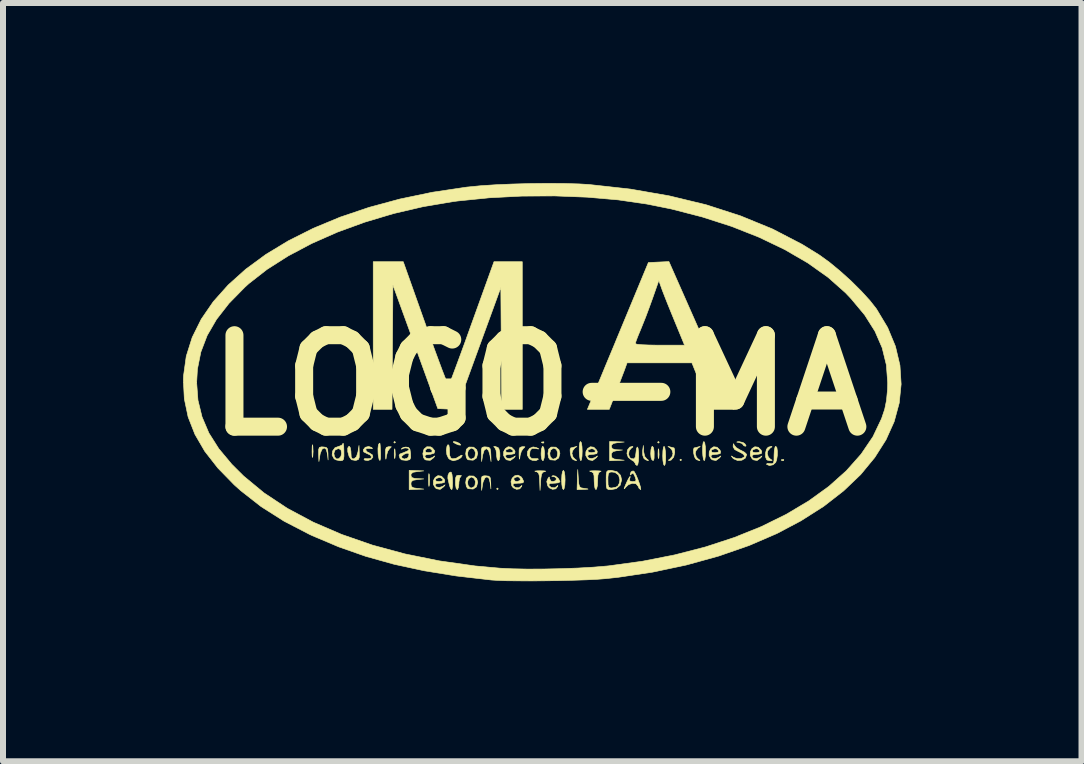
<source format=kicad_pcb>
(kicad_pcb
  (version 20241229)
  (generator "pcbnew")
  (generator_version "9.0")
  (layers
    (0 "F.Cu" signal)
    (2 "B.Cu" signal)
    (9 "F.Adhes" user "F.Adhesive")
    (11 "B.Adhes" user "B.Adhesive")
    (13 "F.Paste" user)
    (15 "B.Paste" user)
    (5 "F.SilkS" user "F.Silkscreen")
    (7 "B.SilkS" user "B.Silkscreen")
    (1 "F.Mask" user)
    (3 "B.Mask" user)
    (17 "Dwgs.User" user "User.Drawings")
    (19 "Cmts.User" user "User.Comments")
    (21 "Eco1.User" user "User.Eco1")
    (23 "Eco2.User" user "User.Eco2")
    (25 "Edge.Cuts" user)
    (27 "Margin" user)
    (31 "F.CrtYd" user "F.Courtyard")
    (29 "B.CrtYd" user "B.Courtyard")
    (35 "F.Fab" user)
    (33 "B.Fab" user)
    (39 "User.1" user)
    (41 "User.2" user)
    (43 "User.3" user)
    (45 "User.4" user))
  (footprint "LOGO-MA"
    (layer "F.Cu")
    (at 5.936 3.369)
    (property "Reference" "LOGO-MA" (at 0 0 0) (layer "F.SilkS") (effects (font (size 1.524 1.524) (thickness 0.3))))
    (attr through_hole)
    (fp_poly (pts (xy -2.397 0.949) (xy -2.412 0.963) (xy -2.426 0.949) (xy -2.412 0.936) (xy -2.397 0.949)) (stroke (width 0.01) (type solid)) (fill yes) (layer "F.SilkS"))
    (fp_poly (pts (xy -0.685 1.725) (xy -0.699 1.738) (xy -0.713 1.725) (xy -0.699 1.711) (xy -0.685 1.725)) (stroke (width 0.01) (type solid)) (fill yes) (layer "F.SilkS"))
    (fp_poly (pts (xy 1.998 0.949) (xy 1.983 0.963) (xy 1.969 0.949) (xy 1.983 0.936) (xy 1.998 0.949)) (stroke (width 0.01) (type solid)) (fill yes) (layer "F.SilkS"))
    (fp_poly (pts (xy 2.369 1.243) (xy 2.354 1.257) (xy 2.34 1.243) (xy 2.354 1.23) (xy 2.369 1.243)) (stroke (width 0.01) (type solid)) (fill yes) (layer "F.SilkS"))
    (fp_poly (pts (xy 0.076 0.945) (xy 0.072 0.961) (xy 0.057 0.963) (xy 0.034 0.953) (xy 0.038 0.945) (xy 0.072 0.942) (xy 0.076 0.945)) (stroke (width 0.01) (type solid)) (fill yes) (layer "F.SilkS"))
    (fp_poly (pts (xy 4.072 1.239) (xy 4.068 1.255) (xy 4.053 1.257) (xy 4.029 1.247) (xy 4.034 1.239) (xy 4.067 1.236) (xy 4.072 1.239)) (stroke (width 0.01) (type solid)) (fill yes) (layer "F.SilkS"))
    (fp_poly (pts (xy -2.405 1.077) (xy -2.401 1.156) (xy -2.406 1.21) (xy -2.412 1.221) (xy -2.417 1.186) (xy -2.418 1.136) (xy -2.416 1.076) (xy -2.41 1.058) (xy -2.405 1.077)) (stroke (width 0.01) (type solid)) (fill yes) (layer "F.SilkS"))
    (fp_poly (pts (xy 1.99 1.077) (xy 1.994 1.156) (xy 1.989 1.21) (xy 1.983 1.221) (xy 1.978 1.186) (xy 1.977 1.136) (xy 1.98 1.076) (xy 1.985 1.058) (xy 1.99 1.077)) (stroke (width 0.01) (type solid)) (fill yes) (layer "F.SilkS"))
    (fp_poly (pts (xy -1.378 0.946) (xy -1.332 0.968) (xy -1.311 0.99) (xy -1.314 0.997) (xy -1.346 0.993) (xy -1.398 0.972) (xy -1.436 0.947) (xy -1.429 0.937) (xy -1.427 0.937) (xy -1.378 0.946)) (stroke (width 0.01) (type solid)) (fill yes) (layer "F.SilkS"))
    (fp_poly (pts (xy -3.776 1.004) (xy -3.775 1.009) (xy -3.77 1.103) (xy -3.775 1.183) (xy -3.781 1.203) (xy -3.785 1.176) (xy -3.787 1.107) (xy -3.787 1.096) (xy -3.785 1.023) (xy -3.781 0.99) (xy -3.776 1.004)) (stroke (width 0.01) (type solid)) (fill yes) (layer "F.SilkS"))
    (fp_poly (pts (xy -1.835 1.485) (xy -1.834 1.491) (xy -1.83 1.584) (xy -1.834 1.664) (xy -1.84 1.685) (xy -1.844 1.657) (xy -1.846 1.588) (xy -1.846 1.577) (xy -1.844 1.504) (xy -1.841 1.471) (xy -1.835 1.485)) (stroke (width 0.01) (type solid)) (fill yes) (layer "F.SilkS"))
    (fp_poly (pts (xy 1.736 1.102) (xy 1.755 1.186) (xy 1.791 1.228) (xy 1.818 1.249) (xy 1.809 1.256) (xy 1.765 1.238) (xy 1.742 1.218) (xy 1.722 1.166) (xy 1.72 1.094) (xy 1.72 1.091) (xy 1.732 1.003) (xy 1.736 1.102)) (stroke (width 0.01) (type solid)) (fill yes) (layer "F.SilkS"))
    (fp_poly (pts (xy 3.394 0.954) (xy 3.425 0.976) (xy 3.444 1.009) (xy 3.428 1.016) (xy 3.398 0.999) (xy 3.396 0.991) (xy 3.372 0.967) (xy 3.332 0.955) (xy 3.288 0.946) (xy 3.299 0.941) (xy 3.328 0.939) (xy 3.394 0.954)) (stroke (width 0.01) (type solid)) (fill yes) (layer "F.SilkS"))
    (fp_poly (pts (xy 0.074 1.04) (xy 0.084 1.1) (xy 0.086 1.136) (xy 0.08 1.208) (xy 0.066 1.251) (xy 0.057 1.257) (xy 0.04 1.233) (xy 0.03 1.172) (xy 0.029 1.136) (xy 0.034 1.065) (xy 0.049 1.022) (xy 0.057 1.016) (xy 0.074 1.04)) (stroke (width 0.01) (type solid)) (fill yes) (layer "F.SilkS"))
    (fp_poly (pts (xy 0.415 1.441) (xy 0.425 1.505) (xy 0.428 1.577) (xy 0.424 1.663) (xy 0.412 1.721) (xy 0.4 1.738) (xy 0.384 1.714) (xy 0.374 1.65) (xy 0.371 1.577) (xy 0.375 1.492) (xy 0.387 1.434) (xy 0.4 1.417) (xy 0.415 1.441)) (stroke (width 0.01) (type solid)) (fill yes) (layer "F.SilkS"))
    (fp_poly (pts (xy 0.701 0.96) (xy 0.71 1.023) (xy 0.713 1.096) (xy 0.71 1.181) (xy 0.701 1.239) (xy 0.691 1.257) (xy 0.678 1.232) (xy 0.668 1.169) (xy 0.664 1.096) (xy 0.665 1.012) (xy 0.674 0.954) (xy 0.686 0.936) (xy 0.701 0.96)) (stroke (width 0.01) (type solid)) (fill yes) (layer "F.SilkS"))
    (fp_poly (pts (xy 1.901 1.04) (xy 1.911 1.1) (xy 1.912 1.136) (xy 1.911 1.215) (xy 1.903 1.25) (xy 1.887 1.25) (xy 1.874 1.239) (xy 1.86 1.201) (xy 1.855 1.14) (xy 1.859 1.075) (xy 1.871 1.027) (xy 1.884 1.016) (xy 1.901 1.04)) (stroke (width 0.01) (type solid)) (fill yes) (layer "F.SilkS"))
    (fp_poly (pts (xy 2.09 1.04) (xy 2.1 1.103) (xy 2.104 1.176) (xy 2.103 1.261) (xy 2.094 1.319) (xy 2.082 1.337) (xy 2.068 1.313) (xy 2.058 1.249) (xy 2.055 1.176) (xy 2.058 1.092) (xy 2.067 1.034) (xy 2.077 1.016) (xy 2.09 1.04)) (stroke (width 0.01) (type solid)) (fill yes) (layer "F.SilkS"))
    (fp_poly (pts (xy 2.755 0.96) (xy 2.765 1.023) (xy 2.768 1.096) (xy 2.765 1.181) (xy 2.756 1.239) (xy 2.746 1.257) (xy 2.733 1.232) (xy 2.723 1.169) (xy 2.719 1.096) (xy 2.72 1.012) (xy 2.729 0.954) (xy 2.741 0.936) (xy 2.755 0.96)) (stroke (width 0.01) (type solid)) (fill yes) (layer "F.SilkS"))
    (fp_poly (pts (xy -2.656 0.968) (xy -2.652 1.001) (xy -2.648 1.073) (xy -2.645 1.13) (xy -2.646 1.217) (xy -2.656 1.253) (xy -2.67 1.237) (xy -2.684 1.168) (xy -2.687 1.134) (xy -2.689 1.054) (xy -2.682 0.994) (xy -2.676 0.981) (xy -2.664 0.964) (xy -2.656 0.968)) (stroke (width 0.01) (type solid)) (fill yes) (layer "F.SilkS"))
    (fp_poly (pts (xy 0.649 1.556) (xy 0.656 1.642) (xy 0.67 1.689) (xy 0.697 1.709) (xy 0.748 1.718) (xy 0.751 1.719) (xy 0.806 1.726) (xy 0.81 1.73) (xy 0.76 1.733) (xy 0.735 1.734) (xy 0.628 1.738) (xy 0.633 1.571) (xy 0.639 1.404) (xy 0.649 1.556)) (stroke (width 0.01) (type solid)) (fill yes) (layer "F.SilkS"))
    (fp_poly (pts (xy -2.467 1.024) (xy -2.479 1.041) (xy -2.492 1.051) (xy -2.526 1.098) (xy -2.547 1.17) (xy -2.548 1.176) (xy -2.555 1.226) (xy -2.559 1.23) (xy -2.563 1.183) (xy -2.564 1.149) (xy -2.563 1.073) (xy -2.55 1.036) (xy -2.517 1.024) (xy -2.508 1.023) (xy -2.467 1.024)) (stroke (width 0.01) (type solid)) (fill yes) (layer "F.SilkS"))
    (fp_poly (pts (xy -1.469 1.449) (xy -1.456 1.484) (xy -1.449 1.548) (xy -1.446 1.623) (xy -1.448 1.691) (xy -1.456 1.733) (xy -1.462 1.738) (xy -1.482 1.715) (xy -1.499 1.664) (xy -1.515 1.593) (xy -1.525 1.547) (xy -1.522 1.498) (xy -1.502 1.457) (xy -1.476 1.445) (xy -1.469 1.449)) (stroke (width 0.01) (type solid)) (fill yes) (layer "F.SilkS"))
    (fp_poly (pts (xy -0.688 1.038) (xy -0.674 1.058) (xy -0.659 1.12) (xy -0.658 1.187) (xy -0.668 1.239) (xy -0.685 1.257) (xy -0.703 1.233) (xy -0.713 1.174) (xy -0.713 1.152) (xy -0.722 1.081) (xy -0.743 1.038) (xy -0.749 1.034) (xy -0.761 1.022) (xy -0.738 1.018) (xy -0.688 1.038)) (stroke (width 0.01) (type solid)) (fill yes) (layer "F.SilkS"))
    (fp_poly (pts (xy -0.241 1.024) (xy -0.253 1.041) (xy -0.266 1.051) (xy -0.3 1.098) (xy -0.321 1.17) (xy -0.322 1.176) (xy -0.329 1.226) (xy -0.333 1.23) (xy -0.337 1.183) (xy -0.338 1.149) (xy -0.337 1.073) (xy -0.324 1.036) (xy -0.291 1.024) (xy -0.282 1.023) (xy -0.241 1.024)) (stroke (width 0.01) (type solid)) (fill yes) (layer "F.SilkS"))
    (fp_poly (pts (xy -1.334 1.499) (xy -1.298 1.506) (xy -1.306 1.515) (xy -1.329 1.548) (xy -1.341 1.615) (xy -1.341 1.633) (xy -1.348 1.699) (xy -1.364 1.736) (xy -1.37 1.738) (xy -1.387 1.714) (xy -1.397 1.654) (xy -1.398 1.618) (xy -1.395 1.543) (xy -1.381 1.508) (xy -1.347 1.499) (xy -1.334 1.499)) (stroke (width 0.01) (type solid)) (fill yes) (layer "F.SilkS"))
    (fp_poly (pts (xy 0.082 1.426) (xy 0.107 1.431) (xy 0.094 1.436) (xy 0.057 1.449) (xy 0.036 1.483) (xy 0.025 1.549) (xy 0.021 1.599) (xy 0.011 1.751) (xy 0.005 1.599) (xy -0.000316 1.512) (xy -0.013 1.464) (xy -0.04 1.442) (xy -0.064 1.436) (xy -0.076 1.43) (xy -0.039 1.425) (xy 0.014 1.424) (xy 0.082 1.426)) (stroke (width 0.01) (type solid)) (fill yes) (layer "F.SilkS"))
    (fp_poly (pts (xy 2.158 1.021) (xy 2.178 1.027) (xy 2.228 1.04) (xy 2.243 1.043) (xy 2.251 1.066) (xy 2.255 1.118) (xy 2.238 1.195) (xy 2.195 1.245) (xy 2.156 1.256) (xy 2.152 1.245) (xy 2.176 1.228) (xy 2.215 1.182) (xy 2.226 1.136) (xy 2.207 1.074) (xy 2.176 1.042) (xy 2.142 1.02) (xy 2.158 1.021)) (stroke (width 0.01) (type solid)) (fill yes) (layer "F.SilkS"))
    (fp_poly (pts (xy 3.876 1.024) (xy 3.846 1.045) (xy 3.806 1.091) (xy 3.796 1.136) (xy 3.815 1.197) (xy 3.846 1.228) (xy 3.878 1.249) (xy 3.86 1.256) (xy 3.85 1.256) (xy 3.799 1.247) (xy 3.786 1.239) (xy 3.768 1.193) (xy 3.768 1.127) (xy 3.784 1.065) (xy 3.812 1.032) (xy 3.866 1.017) (xy 3.876 1.024)) (stroke (width 0.01) (type solid)) (fill yes) (layer "F.SilkS"))
    (fp_poly (pts (xy -3.603 1.027) (xy -3.552 1.034) (xy -3.529 1.061) (xy -3.523 1.123) (xy -3.522 1.136) (xy -3.52 1.243) (xy -3.531 1.141) (xy -3.551 1.068) (xy -3.584 1.043) (xy -3.619 1.063) (xy -3.649 1.129) (xy -3.656 1.163) (xy -3.673 1.27) (xy -3.678 1.147) (xy -3.678 1.072) (xy -3.666 1.037) (xy -3.634 1.026) (xy -3.603 1.027)) (stroke (width 0.01) (type solid)) (fill yes) (layer "F.SilkS"))
    (fp_poly (pts (xy -0.892 1.508) (xy -0.841 1.515) (xy -0.818 1.542) (xy -0.811 1.605) (xy -0.811 1.618) (xy -0.808 1.725) (xy -0.82 1.623) (xy -0.84 1.549) (xy -0.873 1.524) (xy -0.908 1.545) (xy -0.938 1.61) (xy -0.945 1.645) (xy -0.962 1.751) (xy -0.966 1.628) (xy -0.966 1.553) (xy -0.955 1.518) (xy -0.922 1.508) (xy -0.892 1.508)) (stroke (width 0.01) (type solid)) (fill yes) (layer "F.SilkS"))
    (fp_poly (pts (xy -0.892 1.027) (xy -0.843 1.033) (xy -0.82 1.057) (xy -0.811 1.114) (xy -0.809 1.15) (xy -0.805 1.27) (xy -0.824 1.163) (xy -0.847 1.085) (xy -0.882 1.056) (xy -0.885 1.056) (xy -0.92 1.082) (xy -0.944 1.158) (xy -0.945 1.163) (xy -0.962 1.27) (xy -0.966 1.147) (xy -0.966 1.072) (xy -0.955 1.037) (xy -0.922 1.026) (xy -0.892 1.027)) (stroke (width 0.01) (type solid)) (fill yes) (layer "F.SilkS"))
    (fp_poly (pts (xy 0.612 1.03) (xy 0.592 1.042) (xy 0.553 1.091) (xy 0.542 1.136) (xy 0.561 1.197) (xy 0.592 1.228) (xy 0.62 1.249) (xy 0.612 1.256) (xy 0.568 1.24) (xy 0.548 1.225) (xy 0.528 1.187) (xy 0.515 1.129) (xy 0.512 1.074) (xy 0.522 1.044) (xy 0.526 1.043) (xy 0.559 1.036) (xy 0.59 1.027) (xy 0.626 1.018) (xy 0.612 1.03)) (stroke (width 0.01) (type solid)) (fill yes) (layer "F.SilkS"))
    (fp_poly (pts (xy 2.667 1.03) (xy 2.647 1.042) (xy 2.608 1.091) (xy 2.597 1.136) (xy 2.616 1.197) (xy 2.647 1.228) (xy 2.675 1.249) (xy 2.667 1.256) (xy 2.622 1.24) (xy 2.603 1.225) (xy 2.583 1.187) (xy 2.57 1.129) (xy 2.567 1.074) (xy 2.577 1.044) (xy 2.58 1.043) (xy 2.614 1.036) (xy 2.645 1.027) (xy 2.68 1.018) (xy 2.667 1.03)) (stroke (width 0.01) (type solid)) (fill yes) (layer "F.SilkS"))
    (fp_poly (pts (xy 3.957 1.039) (xy 3.965 1.097) (xy 3.964 1.17) (xy 3.953 1.242) (xy 3.937 1.285) (xy 3.893 1.324) (xy 3.834 1.337) (xy 3.788 1.319) (xy 3.784 1.314) (xy 3.796 1.301) (xy 3.839 1.304) (xy 3.879 1.308) (xy 3.9 1.294) (xy 3.909 1.249) (xy 3.91 1.166) (xy 3.914 1.085) (xy 3.926 1.03) (xy 3.938 1.016) (xy 3.957 1.039)) (stroke (width 0.01) (type solid)) (fill yes) (layer "F.SilkS"))
    (fp_poly (pts (xy -0.049 1.038) (xy -0.009 1.059) (xy -0.018 1.061) (xy -0.063 1.053) (xy -0.122 1.05) (xy -0.15 1.08) (xy -0.158 1.105) (xy -0.164 1.182) (xy -0.129 1.221) (xy -0.069 1.223) (xy -0.024 1.222) (xy -0.017 1.234) (xy -0.059 1.255) (xy -0.121 1.249) (xy -0.166 1.225) (xy -0.201 1.164) (xy -0.197 1.101) (xy -0.162 1.051) (xy -0.105 1.027) (xy -0.049 1.038)) (stroke (width 0.01) (type solid)) (fill yes) (layer "F.SilkS"))
    (fp_poly (pts (xy -1.508 0.997) (xy -1.499 1.05) (xy -1.498 1.09) (xy -1.494 1.17) (xy -1.476 1.211) (xy -1.446 1.225) (xy -1.387 1.216) (xy -1.339 1.188) (xy -1.299 1.164) (xy -1.284 1.171) (xy -1.308 1.207) (xy -1.364 1.24) (xy -1.429 1.256) (xy -1.436 1.257) (xy -1.487 1.238) (xy -1.514 1.215) (xy -1.541 1.157) (xy -1.55 1.081) (xy -1.539 1.014) (xy -1.524 0.99) (xy -1.508 0.997)) (stroke (width 0.01) (type solid)) (fill yes) (layer "F.SilkS"))
    (fp_poly (pts (xy 0.998 1.426) (xy 1.028 1.431) (xy 1.02 1.435) (xy 0.99 1.454) (xy 0.975 1.499) (xy 0.97 1.584) (xy 0.97 1.593) (xy 0.966 1.673) (xy 0.953 1.725) (xy 0.942 1.738) (xy 0.926 1.714) (xy 0.916 1.651) (xy 0.913 1.593) (xy 0.911 1.508) (xy 0.899 1.462) (xy 0.872 1.442) (xy 0.849 1.436) (xy 0.837 1.429) (xy 0.875 1.425) (xy 0.928 1.424) (xy 0.998 1.426)) (stroke (width 0.01) (type solid)) (fill yes) (layer "F.SilkS"))
    (fp_poly (pts (xy -3.001 1.124) (xy -3.001 1.199) (xy -3.014 1.235) (xy -3.049 1.249) (xy -3.069 1.251) (xy -3.131 1.24) (xy -3.169 1.188) (xy -3.192 1.108) (xy -3.193 1.046) (xy -3.174 1.017) (xy -3.168 1.016) (xy -3.15 1.04) (xy -3.14 1.099) (xy -3.139 1.125) (xy -3.135 1.195) (xy -3.118 1.224) (xy -3.089 1.225) (xy -3.048 1.192) (xy -3.022 1.11) (xy -3.022 1.109) (xy -3.005 1.003) (xy -3.001 1.124)) (stroke (width 0.01) (type solid)) (fill yes) (layer "F.SilkS"))
    (fp_poly (pts (xy -2.048 1.422) (xy -1.926 1.426) (xy -2.033 1.437) (xy -2.107 1.45) (xy -2.137 1.478) (xy -2.14 1.499) (xy -2.128 1.535) (xy -2.082 1.551) (xy -2.033 1.555) (xy -1.926 1.56) (xy -2.033 1.57) (xy -2.105 1.583) (xy -2.135 1.608) (xy -2.14 1.644) (xy -2.131 1.688) (xy -2.094 1.709) (xy -2.033 1.718) (xy -1.926 1.729) (xy -2.048 1.733) (xy -2.169 1.738) (xy -2.169 1.417) (xy -2.048 1.422)) (stroke (width 0.01) (type solid)) (fill yes) (layer "F.SilkS"))
    (fp_poly (pts (xy 1.291 0.94) (xy 1.413 0.945) (xy 1.306 0.955) (xy 1.232 0.969) (xy 1.202 0.997) (xy 1.199 1.018) (xy 1.213 1.056) (xy 1.265 1.072) (xy 1.291 1.074) (xy 1.384 1.078) (xy 1.291 1.089) (xy 1.226 1.104) (xy 1.201 1.137) (xy 1.199 1.163) (xy 1.208 1.206) (xy 1.245 1.228) (xy 1.306 1.237) (xy 1.413 1.248) (xy 1.291 1.252) (xy 1.17 1.257) (xy 1.17 0.936) (xy 1.291 0.94)) (stroke (width 0.01) (type solid)) (fill yes) (layer "F.SilkS"))
    (fp_poly (pts (xy -2.79 1.038) (xy -2.79 1.039) (xy -2.782 1.057) (xy -2.818 1.052) (xy -2.877 1.052) (xy -2.895 1.076) (xy -2.868 1.11) (xy -2.839 1.123) (xy -2.782 1.16) (xy -2.774 1.197) (xy -2.804 1.234) (xy -2.857 1.253) (xy -2.908 1.247) (xy -2.922 1.235) (xy -2.911 1.221) (xy -2.867 1.224) (xy -2.812 1.22) (xy -2.796 1.194) (xy -2.818 1.161) (xy -2.87 1.138) (xy -2.927 1.109) (xy -2.934 1.076) (xy -2.901 1.033) (xy -2.844 1.019) (xy -2.79 1.038)) (stroke (width 0.01) (type solid)) (fill yes) (layer "F.SilkS"))
    (fp_poly (pts (xy 1.559 1.028) (xy 1.534 1.045) (xy 1.496 1.089) (xy 1.486 1.149) (xy 1.503 1.202) (xy 1.528 1.221) (xy 1.575 1.226) (xy 1.6 1.195) (xy 1.609 1.126) (xy 1.618 1.053) (xy 1.631 1.028) (xy 1.644 1.048) (xy 1.653 1.11) (xy 1.655 1.172) (xy 1.651 1.259) (xy 1.64 1.319) (xy 1.627 1.337) (xy 1.6 1.316) (xy 1.598 1.303) (xy 1.575 1.268) (xy 1.534 1.243) (xy 1.48 1.199) (xy 1.459 1.138) (xy 1.468 1.076) (xy 1.506 1.03) (xy 1.555 1.017) (xy 1.559 1.028)) (stroke (width 0.01) (type solid)) (fill yes) (layer "F.SilkS"))
    (fp_poly (pts (xy -1.096 1.031) (xy -1.044 1.074) (xy -1.027 1.134) (xy -1.048 1.211) (xy -1.104 1.248) (xy -1.186 1.241) (xy -1.192 1.239) (xy -1.216 1.206) (xy -1.227 1.143) (xy -1.227 1.136) (xy -1.226 1.13) (xy -1.197 1.13) (xy -1.189 1.185) (xy -1.158 1.224) (xy -1.131 1.23) (xy -1.087 1.208) (xy -1.073 1.186) (xy -1.065 1.123) (xy -1.085 1.07) (xy -1.126 1.047) (xy -1.137 1.048) (xy -1.18 1.077) (xy -1.197 1.13) (xy -1.226 1.13) (xy -1.216 1.066) (xy -1.178 1.032) (xy -1.169 1.029) (xy -1.096 1.031)) (stroke (width 0.01) (type solid)) (fill yes) (layer "F.SilkS"))
    (fp_poly (pts (xy -1.096 1.512) (xy -1.044 1.555) (xy -1.027 1.616) (xy -1.048 1.692) (xy -1.104 1.729) (xy -1.186 1.722) (xy -1.192 1.72) (xy -1.216 1.687) (xy -1.227 1.624) (xy -1.227 1.617) (xy -1.226 1.611) (xy -1.197 1.611) (xy -1.189 1.667) (xy -1.158 1.705) (xy -1.131 1.711) (xy -1.087 1.689) (xy -1.073 1.667) (xy -1.065 1.604) (xy -1.085 1.552) (xy -1.126 1.529) (xy -1.137 1.529) (xy -1.18 1.558) (xy -1.197 1.611) (xy -1.226 1.611) (xy -1.216 1.548) (xy -1.178 1.514) (xy -1.169 1.51) (xy -1.096 1.512)) (stroke (width 0.01) (type solid)) (fill yes) (layer "F.SilkS"))
    (fp_poly (pts (xy 0.274 1.031) (xy 0.326 1.074) (xy 0.342 1.134) (xy 0.322 1.211) (xy 0.265 1.248) (xy 0.184 1.241) (xy 0.178 1.239) (xy 0.154 1.206) (xy 0.143 1.143) (xy 0.143 1.136) (xy 0.144 1.13) (xy 0.173 1.13) (xy 0.18 1.185) (xy 0.212 1.224) (xy 0.239 1.23) (xy 0.283 1.208) (xy 0.297 1.186) (xy 0.305 1.123) (xy 0.285 1.07) (xy 0.244 1.047) (xy 0.233 1.048) (xy 0.19 1.077) (xy 0.173 1.13) (xy 0.144 1.13) (xy 0.154 1.066) (xy 0.191 1.032) (xy 0.201 1.029) (xy 0.274 1.031)) (stroke (width 0.01) (type solid)) (fill yes) (layer "F.SilkS"))
    (fp_poly (pts (xy 3.242 0.987) (xy 3.245 0.996) (xy 3.278 1.037) (xy 3.343 1.077) (xy 3.356 1.082) (xy 3.419 1.116) (xy 3.452 1.15) (xy 3.453 1.156) (xy 3.43 1.214) (xy 3.373 1.248) (xy 3.302 1.253) (xy 3.237 1.225) (xy 3.221 1.21) (xy 3.197 1.178) (xy 3.211 1.185) (xy 3.231 1.199) (xy 3.293 1.223) (xy 3.362 1.221) (xy 3.41 1.196) (xy 3.418 1.183) (xy 3.402 1.151) (xy 3.346 1.117) (xy 3.327 1.109) (xy 3.255 1.071) (xy 3.229 1.027) (xy 3.228 1.009) (xy 3.233 0.973) (xy 3.242 0.987)) (stroke (width 0.01) (type solid)) (fill yes) (layer "F.SilkS"))
    (fp_poly (pts (xy -3.26 1.012) (xy -3.257 1.09) (xy -3.256 1.181) (xy -3.263 1.231) (xy -3.281 1.252) (xy -3.316 1.257) (xy -3.319 1.257) (xy -3.386 1.243) (xy -3.419 1.225) (xy -3.453 1.163) (xy -3.449 1.133) (xy -3.424 1.133) (xy -3.413 1.193) (xy -3.38 1.228) (xy -3.339 1.222) (xy -3.306 1.184) (xy -3.296 1.136) (xy -3.305 1.077) (xy -3.339 1.057) (xy -3.353 1.056) (xy -3.403 1.078) (xy -3.424 1.133) (xy -3.449 1.133) (xy -3.445 1.095) (xy -3.405 1.04) (xy -3.338 1.016) (xy -3.335 1.016) (xy -3.287 0.994) (xy -3.273 0.969) (xy -3.266 0.969) (xy -3.26 1.012)) (stroke (width 0.01) (type solid)) (fill yes) (layer "F.SilkS"))
    (fp_poly (pts (xy -1.898 -1.017) (xy -1.818 -0.793) (xy -1.743 -0.587) (xy -1.675 -0.403) (xy -1.617 -0.247) (xy -1.569 -0.124) (xy -1.534 -0.039) (xy -1.514 0.003) (xy -1.511 0.006) (xy -1.498 -0.023) (xy -1.469 -0.097) (xy -1.426 -0.211) (xy -1.371 -0.359) (xy -1.306 -0.535) (xy -1.233 -0.735) (xy -1.155 -0.953) (xy -1.125 -1.036) (xy -0.756 -2.059) (xy -0.521 -2.059) (xy -0.285 -2.059) (xy -0.285 0.401) (xy -0.627 0.401) (xy -0.642 -1.63) (xy -1.384 0.403) (xy -1.538 0.395) (xy -1.692 0.388) (xy -2.066 -0.642) (xy -2.44 -1.671) (xy -2.448 -0.635) (xy -2.455 0.401) (xy -2.768 0.401) (xy -2.768 -2.059) (xy -2.268 -2.059) (xy -1.898 -1.017)) (stroke (width 0.01) (type solid)) (fill yes) (layer "F.SilkS"))
    (fp_poly (pts (xy 0.269 1.513) (xy 0.315 1.551) (xy 0.341 1.599) (xy 0.342 1.609) (xy 0.317 1.624) (xy 0.256 1.631) (xy 0.243 1.631) (xy 0.177 1.636) (xy 0.157 1.656) (xy 0.161 1.671) (xy 0.199 1.704) (xy 0.254 1.708) (xy 0.296 1.68) (xy 0.297 1.678) (xy 0.307 1.666) (xy 0.305 1.684) (xy 0.273 1.725) (xy 0.219 1.733) (xy 0.165 1.708) (xy 0.14 1.676) (xy 0.123 1.604) (xy 0.139 1.56) (xy 0.162 1.527) (xy 0.17 1.54) (xy 0.17 1.557) (xy 0.194 1.597) (xy 0.228 1.604) (xy 0.273 1.588) (xy 0.284 1.554) (xy 0.258 1.526) (xy 0.235 1.522) (xy 0.206 1.516) (xy 0.226 1.505) (xy 0.269 1.513)) (stroke (width 0.01) (type solid)) (fill yes) (layer "F.SilkS"))
    (fp_poly (pts (xy 1.293 1.439) (xy 1.353 1.5) (xy 1.37 1.577) (xy 1.346 1.666) (xy 1.28 1.722) (xy 1.197 1.738) (xy 1.15 1.736) (xy 1.125 1.721) (xy 1.115 1.68) (xy 1.113 1.601) (xy 1.113 1.577) (xy 1.142 1.577) (xy 1.144 1.657) (xy 1.156 1.697) (xy 1.184 1.71) (xy 1.207 1.711) (xy 1.274 1.698) (xy 1.307 1.679) (xy 1.333 1.629) (xy 1.341 1.577) (xy 1.32 1.496) (xy 1.26 1.451) (xy 1.207 1.444) (xy 1.168 1.449) (xy 1.149 1.474) (xy 1.142 1.531) (xy 1.142 1.577) (xy 1.113 1.577) (xy 1.114 1.489) (xy 1.122 1.441) (xy 1.143 1.421) (xy 1.184 1.417) (xy 1.197 1.417) (xy 1.293 1.439)) (stroke (width 0.01) (type solid)) (fill yes) (layer "F.SilkS"))
    (fp_poly (pts (xy -0.305 1.524) (xy -0.286 1.549) (xy -0.262 1.601) (xy -0.273 1.624) (xy -0.329 1.631) (xy -0.356 1.631) (xy -0.422 1.636) (xy -0.442 1.656) (xy -0.438 1.671) (xy -0.4 1.704) (xy -0.345 1.708) (xy -0.303 1.68) (xy -0.302 1.678) (xy -0.292 1.666) (xy -0.295 1.684) (xy -0.327 1.725) (xy -0.38 1.733) (xy -0.435 1.708) (xy -0.459 1.676) (xy -0.473 1.606) (xy -0.459 1.564) (xy -0.428 1.564) (xy -0.404 1.597) (xy -0.371 1.604) (xy -0.325 1.587) (xy -0.314 1.564) (xy -0.338 1.531) (xy -0.371 1.524) (xy -0.417 1.541) (xy -0.428 1.564) (xy -0.459 1.564) (xy -0.453 1.547) (xy -0.41 1.507) (xy -0.356 1.497) (xy -0.305 1.524)) (stroke (width 0.01) (type solid)) (fill yes) (layer "F.SilkS"))
    (fp_poly (pts (xy -1.812 1.026) (xy -1.782 1.044) (xy -1.742 1.094) (xy -1.755 1.132) (xy -1.817 1.15) (xy -1.827 1.15) (xy -1.887 1.158) (xy -1.912 1.177) (xy -1.912 1.177) (xy -1.89 1.212) (xy -1.838 1.221) (xy -1.781 1.203) (xy -1.776 1.199) (xy -1.743 1.177) (xy -1.75 1.191) (xy -1.766 1.21) (xy -1.819 1.25) (xy -1.886 1.245) (xy -1.905 1.239) (xy -1.929 1.206) (xy -1.941 1.143) (xy -1.941 1.136) (xy -1.929 1.09) (xy -1.905 1.09) (xy -1.891 1.116) (xy -1.844 1.123) (xy -1.792 1.115) (xy -1.787 1.085) (xy -1.788 1.082) (xy -1.824 1.051) (xy -1.873 1.055) (xy -1.905 1.09) (xy -1.929 1.09) (xy -1.922 1.063) (xy -1.875 1.024) (xy -1.812 1.026)) (stroke (width 0.01) (type solid)) (fill yes) (layer "F.SilkS"))
    (fp_poly (pts (xy -1.634 1.514) (xy -1.631 1.515) (xy -1.587 1.56) (xy -1.575 1.587) (xy -1.583 1.619) (xy -1.633 1.631) (xy -1.653 1.631) (xy -1.714 1.639) (xy -1.741 1.658) (xy -1.741 1.659) (xy -1.719 1.693) (xy -1.667 1.703) (xy -1.61 1.684) (xy -1.605 1.681) (xy -1.571 1.658) (xy -1.579 1.672) (xy -1.595 1.691) (xy -1.653 1.734) (xy -1.713 1.723) (xy -1.735 1.706) (xy -1.767 1.65) (xy -1.765 1.588) (xy -1.756 1.571) (xy -1.734 1.571) (xy -1.72 1.597) (xy -1.67 1.604) (xy -1.614 1.594) (xy -1.605 1.571) (xy -1.64 1.542) (xy -1.67 1.537) (xy -1.72 1.553) (xy -1.734 1.571) (xy -1.756 1.571) (xy -1.736 1.535) (xy -1.69 1.505) (xy -1.634 1.514)) (stroke (width 0.01) (type solid)) (fill yes) (layer "F.SilkS"))
    (fp_poly (pts (xy -0.464 1.032) (xy -0.461 1.034) (xy -0.416 1.079) (xy -0.405 1.106) (xy -0.413 1.138) (xy -0.463 1.149) (xy -0.483 1.15) (xy -0.544 1.157) (xy -0.571 1.176) (xy -0.571 1.177) (xy -0.548 1.212) (xy -0.497 1.221) (xy -0.44 1.203) (xy -0.435 1.199) (xy -0.401 1.177) (xy -0.409 1.191) (xy -0.424 1.21) (xy -0.483 1.253) (xy -0.543 1.242) (xy -0.565 1.225) (xy -0.597 1.169) (xy -0.595 1.107) (xy -0.586 1.09) (xy -0.564 1.09) (xy -0.55 1.116) (xy -0.499 1.123) (xy -0.444 1.113) (xy -0.435 1.09) (xy -0.47 1.061) (xy -0.499 1.056) (xy -0.549 1.072) (xy -0.564 1.09) (xy -0.586 1.09) (xy -0.566 1.054) (xy -0.52 1.024) (xy -0.464 1.032)) (stroke (width 0.01) (type solid)) (fill yes) (layer "F.SilkS"))
    (fp_poly (pts (xy 0.906 1.032) (xy 0.909 1.034) (xy 0.953 1.079) (xy 0.965 1.106) (xy 0.957 1.138) (xy 0.907 1.149) (xy 0.887 1.15) (xy 0.826 1.157) (xy 0.799 1.176) (xy 0.799 1.177) (xy 0.821 1.212) (xy 0.873 1.221) (xy 0.93 1.203) (xy 0.935 1.199) (xy 0.969 1.177) (xy 0.961 1.191) (xy 0.945 1.21) (xy 0.887 1.253) (xy 0.827 1.242) (xy 0.805 1.225) (xy 0.773 1.169) (xy 0.775 1.107) (xy 0.784 1.09) (xy 0.806 1.09) (xy 0.82 1.116) (xy 0.87 1.123) (xy 0.926 1.113) (xy 0.935 1.09) (xy 0.9 1.061) (xy 0.87 1.056) (xy 0.82 1.072) (xy 0.806 1.09) (xy 0.784 1.09) (xy 0.804 1.054) (xy 0.85 1.024) (xy 0.906 1.032)) (stroke (width 0.01) (type solid)) (fill yes) (layer "F.SilkS"))
    (fp_poly (pts (xy 1.58 1.438) (xy 1.609 1.492) (xy 1.64 1.564) (xy 1.667 1.639) (xy 1.686 1.702) (xy 1.689 1.736) (xy 1.687 1.738) (xy 1.66 1.716) (xy 1.647 1.684) (xy 1.611 1.641) (xy 1.551 1.632) (xy 1.485 1.655) (xy 1.445 1.691) (xy 1.417 1.724) (xy 1.412 1.721) (xy 1.429 1.676) (xy 1.442 1.646) (xy 1.47 1.584) (xy 1.496 1.538) (xy 1.512 1.517) (xy 1.513 1.529) (xy 1.504 1.557) (xy 1.503 1.593) (xy 1.545 1.604) (xy 1.555 1.604) (xy 1.6 1.6) (xy 1.61 1.576) (xy 1.593 1.521) (xy 1.567 1.469) (xy 1.545 1.466) (xy 1.538 1.475) (xy 1.517 1.494) (xy 1.513 1.479) (xy 1.529 1.441) (xy 1.561 1.426) (xy 1.58 1.438)) (stroke (width 0.01) (type solid)) (fill yes) (layer "F.SilkS"))
    (fp_poly (pts (xy 2.961 1.032) (xy 2.963 1.034) (xy 3.008 1.079) (xy 3.02 1.106) (xy 3.012 1.138) (xy 2.962 1.149) (xy 2.942 1.15) (xy 2.881 1.157) (xy 2.854 1.176) (xy 2.854 1.177) (xy 2.876 1.212) (xy 2.928 1.221) (xy 2.985 1.203) (xy 2.99 1.199) (xy 3.023 1.177) (xy 3.016 1.191) (xy 3 1.21) (xy 2.942 1.253) (xy 2.882 1.242) (xy 2.86 1.225) (xy 2.828 1.169) (xy 2.83 1.107) (xy 2.839 1.09) (xy 2.861 1.09) (xy 2.875 1.116) (xy 2.925 1.123) (xy 2.981 1.113) (xy 2.989 1.09) (xy 2.955 1.061) (xy 2.925 1.056) (xy 2.875 1.072) (xy 2.861 1.09) (xy 2.839 1.09) (xy 2.858 1.054) (xy 2.905 1.024) (xy 2.961 1.032)) (stroke (width 0.01) (type solid)) (fill yes) (layer "F.SilkS"))
    (fp_poly (pts (xy 3.646 1.032) (xy 3.648 1.034) (xy 3.693 1.079) (xy 3.705 1.106) (xy 3.697 1.138) (xy 3.647 1.149) (xy 3.627 1.15) (xy 3.566 1.157) (xy 3.539 1.176) (xy 3.539 1.177) (xy 3.561 1.212) (xy 3.613 1.221) (xy 3.67 1.203) (xy 3.675 1.199) (xy 3.708 1.177) (xy 3.701 1.191) (xy 3.685 1.21) (xy 3.627 1.253) (xy 3.567 1.242) (xy 3.545 1.225) (xy 3.513 1.169) (xy 3.515 1.107) (xy 3.524 1.09) (xy 3.546 1.09) (xy 3.56 1.116) (xy 3.61 1.123) (xy 3.666 1.113) (xy 3.674 1.09) (xy 3.64 1.061) (xy 3.61 1.056) (xy 3.56 1.072) (xy 3.546 1.09) (xy 3.524 1.09) (xy 3.543 1.054) (xy 3.59 1.024) (xy 3.646 1.032)) (stroke (width 0.01) (type solid)) (fill yes) (layer "F.SilkS"))
    (fp_poly (pts (xy -2.179 1.036) (xy -2.156 1.067) (xy -2.146 1.137) (xy -2.146 1.137) (xy -2.144 1.206) (xy -2.159 1.238) (xy -2.202 1.249) (xy -2.222 1.251) (xy -2.296 1.242) (xy -2.323 1.215) (xy -2.326 1.204) (xy -2.297 1.204) (xy -2.254 1.229) (xy -2.203 1.217) (xy -2.179 1.189) (xy -2.172 1.145) (xy -2.177 1.133) (xy -2.211 1.131) (xy -2.258 1.152) (xy -2.293 1.183) (xy -2.297 1.204) (xy -2.326 1.204) (xy -2.337 1.17) (xy -2.323 1.145) (xy -2.269 1.124) (xy -2.255 1.119) (xy -2.195 1.093) (xy -2.169 1.068) (xy -2.169 1.067) (xy -2.192 1.048) (xy -2.239 1.043) (xy -2.282 1.055) (xy -2.29 1.063) (xy -2.298 1.064) (xy -2.297 1.056) (xy -2.269 1.036) (xy -2.224 1.029) (xy -2.179 1.036)) (stroke (width 0.01) (type solid)) (fill yes) (layer "F.SilkS"))
    (fp_poly (pts (xy 2.702 -0.83) (xy 3.246 0.401) (xy 2.861 0.401) (xy 2.73 0.087) (xy 2.677 -0.04) (xy 2.63 -0.156) (xy 2.593 -0.246) (xy 2.571 -0.3) (xy 2.571 -0.301) (xy 2.541 -0.374) (xy 1.461 -0.374) (xy 1.417 -0.252) (xy 1.387 -0.174) (xy 1.345 -0.064) (xy 1.297 0.062) (xy 1.268 0.135) (xy 1.164 0.401) (xy 0.8 0.401) (xy 0.842 0.301) (xy 0.861 0.255) (xy 0.898 0.166) (xy 0.952 0.037) (xy 1.019 -0.124) (xy 1.097 -0.313) (xy 1.185 -0.524) (xy 1.256 -0.694) (xy 1.598 -0.694) (xy 1.626 -0.684) (xy 1.703 -0.676) (xy 1.825 -0.671) (xy 1.983 -0.668) (xy 2.009 -0.668) (xy 2.419 -0.668) (xy 2.254 -1.069) (xy 2.193 -1.218) (xy 2.135 -1.361) (xy 2.086 -1.485) (xy 2.05 -1.578) (xy 2.039 -1.608) (xy 1.99 -1.746) (xy 1.883 -1.441) (xy 1.83 -1.295) (xy 1.773 -1.142) (xy 1.718 -1.005) (xy 1.687 -0.928) (xy 1.646 -0.83) (xy 1.615 -0.75) (xy 1.599 -0.701) (xy 1.598 -0.694) (xy 1.256 -0.694) (xy 1.279 -0.751) (xy 1.35 -0.922) (xy 1.816 -2.045) (xy 1.987 -2.053) (xy 2.158 -2.061) (xy 2.702 -0.83)) (stroke (width 0.01) (type solid)) (fill yes) (layer "F.SilkS"))
    (fp_poly (pts (xy 0.416 -3.362) (xy 0.661 -3.355) (xy 0.828 -3.345) (xy 1.514 -3.269) (xy 2.164 -3.156) (xy 2.777 -3.008) (xy 3.35 -2.823) (xy 3.884 -2.604) (xy 4.376 -2.349) (xy 4.666 -2.17) (xy 4.833 -2.049) (xy 5.012 -1.901) (xy 5.193 -1.738) (xy 5.362 -1.57) (xy 5.508 -1.41) (xy 5.616 -1.272) (xy 5.802 -0.962) (xy 5.932 -0.649) (xy 6.007 -0.333) (xy 6.027 -0.018) (xy 5.995 0.295) (xy 5.911 0.605) (xy 5.775 0.907) (xy 5.588 1.202) (xy 5.353 1.487) (xy 5.068 1.759) (xy 4.736 2.017) (xy 4.357 2.258) (xy 3.958 2.469) (xy 3.494 2.669) (xy 2.987 2.845) (xy 2.448 2.994) (xy 1.886 3.113) (xy 1.311 3.199) (xy 1.107 3.221) (xy 0.966 3.232) (xy 0.785 3.241) (xy 0.573 3.248) (xy 0.343 3.254) (xy 0.104 3.257) (xy -0.131 3.259) (xy -0.351 3.258) (xy -0.546 3.256) (xy -0.704 3.25) (xy -0.799 3.244) (xy -1.382 3.177) (xy -1.919 3.09) (xy -2.419 2.982) (xy -2.891 2.85) (xy -3.342 2.692) (xy -3.781 2.506) (xy -3.827 2.485) (xy -4.255 2.263) (xy -4.636 2.021) (xy -4.977 1.754) (xy -5.083 1.659) (xy -5.356 1.379) (xy -5.574 1.1) (xy -5.738 0.818) (xy -5.852 0.527) (xy -5.915 0.226) (xy -5.929 -0.045) (xy -5.71 -0.045) (xy -5.688 0.249) (xy -5.62 0.527) (xy -5.506 0.795) (xy -5.341 1.056) (xy -5.124 1.316) (xy -4.927 1.512) (xy -4.587 1.793) (xy -4.199 2.05) (xy -3.766 2.281) (xy -3.293 2.485) (xy -2.783 2.662) (xy -2.24 2.809) (xy -1.667 2.925) (xy -1.067 3.01) (xy -0.656 3.047) (xy -0.45 3.057) (xy -0.201 3.062) (xy 0.073 3.061) (xy 0.358 3.055) (xy 0.639 3.045) (xy 0.9 3.03) (xy 1.125 3.011) (xy 1.156 3.008) (xy 1.718 2.931) (xy 2.256 2.825) (xy 2.767 2.693) (xy 3.249 2.535) (xy 3.698 2.354) (xy 4.112 2.15) (xy 4.488 1.926) (xy 4.823 1.684) (xy 5.115 1.423) (xy 5.36 1.147) (xy 5.557 0.857) (xy 5.701 0.554) (xy 5.753 0.4) (xy 5.783 0.252) (xy 5.8 0.071) (xy 5.803 -0.04) (xy 5.781 -0.339) (xy 5.711 -0.624) (xy 5.591 -0.9) (xy 5.419 -1.172) (xy 5.192 -1.444) (xy 5.098 -1.543) (xy 4.81 -1.798) (xy 4.472 -2.038) (xy 4.088 -2.261) (xy 3.663 -2.465) (xy 3.203 -2.647) (xy 2.712 -2.805) (xy 2.196 -2.938) (xy 1.794 -3.019) (xy 1.314 -3.089) (xy 0.797 -3.134) (xy 0.257 -3.155) (xy -0.291 -3.152) (xy -0.834 -3.124) (xy -1.357 -3.071) (xy -1.435 -3.061) (xy -1.937 -2.976) (xy -2.43 -2.861) (xy -2.908 -2.718) (xy -3.364 -2.552) (xy -3.792 -2.363) (xy -4.185 -2.155) (xy -4.537 -1.931) (xy -4.841 -1.694) (xy -4.908 -1.633) (xy -5.171 -1.365) (xy -5.379 -1.098) (xy -5.535 -0.829) (xy -5.64 -0.554) (xy -5.697 -0.269) (xy -5.71 -0.045) (xy -5.929 -0.045) (xy -5.931 -0.091) (xy -5.928 -0.16) (xy -5.883 -0.484) (xy -5.784 -0.798) (xy -5.633 -1.102) (xy -5.433 -1.393) (xy -5.185 -1.671) (xy -4.892 -1.934) (xy -4.557 -2.18) (xy -4.182 -2.407) (xy -3.768 -2.615) (xy -3.32 -2.801) (xy -2.838 -2.964) (xy -2.325 -3.103) (xy -1.784 -3.216) (xy -1.216 -3.301) (xy -1.199 -3.303) (xy -0.985 -3.324) (xy -0.729 -3.341) (xy -0.447 -3.353) (xy -0.153 -3.361) (xy 0.14 -3.364) (xy 0.416 -3.362)) (stroke (width 0.01) (type solid)) (fill yes) (layer "F.SilkS")))
  (gr_rect
    (start -3 -3)
    (end 14.968 9.633)
    (stroke (width 0.1) (type default))
    (fill no)
    (layer "Edge.Cuts")))
</source>
